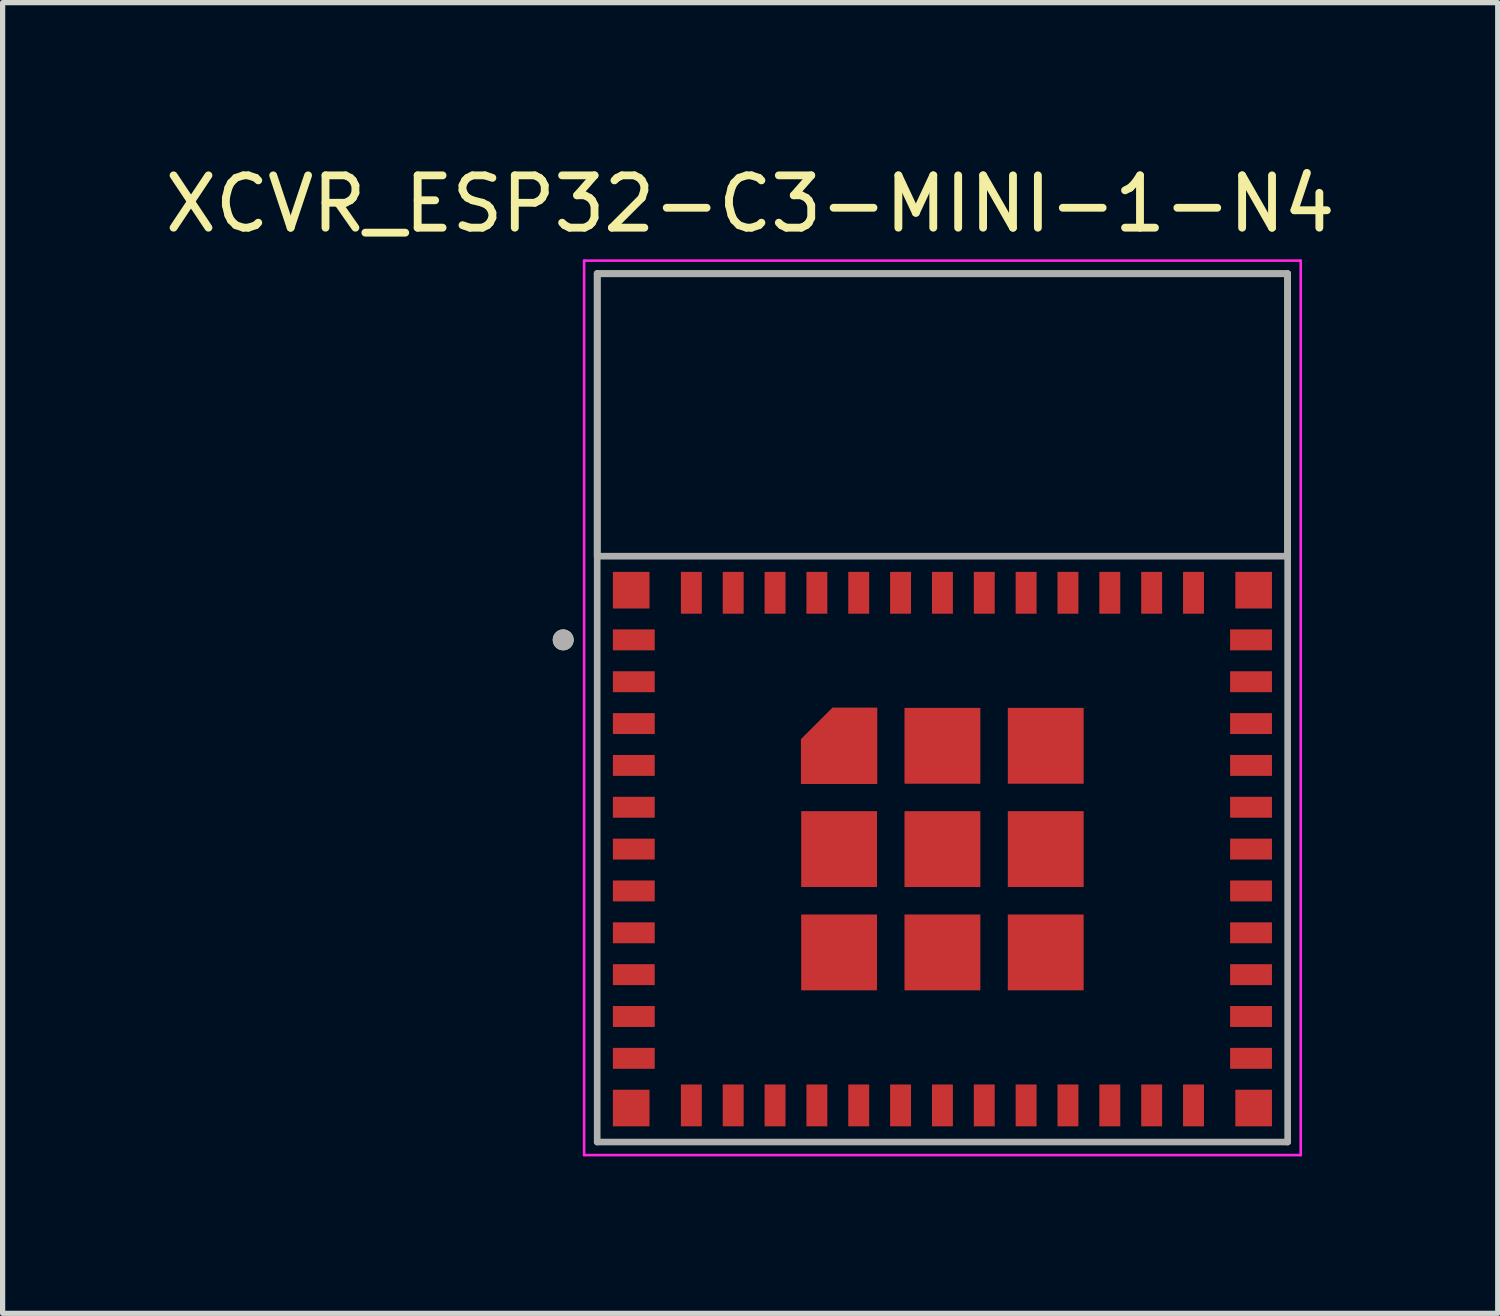
<source format=kicad_pcb>
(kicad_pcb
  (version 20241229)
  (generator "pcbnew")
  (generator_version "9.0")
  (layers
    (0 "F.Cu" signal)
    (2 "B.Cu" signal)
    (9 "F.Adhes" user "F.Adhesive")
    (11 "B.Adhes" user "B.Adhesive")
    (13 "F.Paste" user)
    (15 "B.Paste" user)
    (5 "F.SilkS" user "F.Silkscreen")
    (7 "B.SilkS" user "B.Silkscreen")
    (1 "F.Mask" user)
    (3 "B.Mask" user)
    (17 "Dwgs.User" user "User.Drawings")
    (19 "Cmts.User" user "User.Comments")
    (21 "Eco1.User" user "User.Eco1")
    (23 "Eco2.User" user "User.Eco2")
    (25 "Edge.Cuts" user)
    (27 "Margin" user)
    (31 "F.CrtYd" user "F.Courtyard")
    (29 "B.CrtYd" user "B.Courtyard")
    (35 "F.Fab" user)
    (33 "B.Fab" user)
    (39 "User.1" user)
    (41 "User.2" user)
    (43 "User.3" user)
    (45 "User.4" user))
  (footprint "XCVR_ESP32-C3-MINI-1-N4"
    (layer "F.Cu")
    (at 14.967 10.483)
    (property "Reference" "XCVR_ESP32-C3-MINI-1-N4" (at -3.675 -9.635 0) (layer "F.SilkS") (effects (font (size 1 1) (thickness 0.15))))
    (attr through_hole)
    (fp_poly (pts (xy -1.15 1.55) (xy -2.8 1.55) (xy -2.8 0.56) (xy -2.14 -0.1) (xy -1.15 -0.1)) (stroke (width 0.01) (type solid)) (fill yes) (layer "F.Mask"))
    (fp_line (start -6.6 -8.3) (end 6.6 -8.3) (stroke (width 0.127) (type solid)) (layer "F.SilkS"))
    (fp_line (start -6.6 -2.92) (end -6.6 -8.3) (stroke (width 0.127) (type solid)) (layer "F.SilkS"))
    (fp_line (start 6.6 -8.3) (end 6.6 -2.92) (stroke (width 0.127) (type solid)) (layer "F.SilkS"))
    (fp_circle (center -7.25 -1.3) (end -7.15 -1.3) (stroke (width 0.2) (type solid)) (fill no) (layer "F.SilkS"))
    (fp_poly (pts (xy -1.25 1.45) (xy -2.7 1.45) (xy -2.7 0.6) (xy -2.1 0) (xy -1.25 0)) (stroke (width 0.01) (type solid)) (fill yes) (layer "F.Paste"))
    (fp_line (start -6.85 -8.55) (end -6.85 8.55) (stroke (width 0.05) (type solid)) (layer "F.CrtYd"))
    (fp_line (start -6.85 8.55) (end 6.85 8.55) (stroke (width 0.05) (type solid)) (layer "F.CrtYd"))
    (fp_line (start 6.85 -8.55) (end -6.85 -8.55) (stroke (width 0.05) (type solid)) (layer "F.CrtYd"))
    (fp_line (start 6.85 8.55) (end 6.85 -8.55) (stroke (width 0.05) (type solid)) (layer "F.CrtYd"))
    (fp_line (start -6.6 -8.3) (end 6.6 -8.3) (stroke (width 0.127) (type solid)) (layer "F.Fab"))
    (fp_line (start -6.6 -2.9) (end -6.6 -8.3) (stroke (width 0.127) (type solid)) (layer "F.Fab"))
    (fp_line (start -6.6 -2.9) (end 6.6 -2.9) (stroke (width 0.127) (type solid)) (layer "F.Fab"))
    (fp_line (start -6.6 8.3) (end -6.6 -2.9) (stroke (width 0.127) (type solid)) (layer "F.Fab"))
    (fp_line (start 6.6 -8.3) (end 6.6 -2.9) (stroke (width 0.127) (type solid)) (layer "F.Fab"))
    (fp_line (start 6.6 -2.9) (end 6.6 8.3) (stroke (width 0.127) (type solid)) (layer "F.Fab"))
    (fp_line (start 6.6 8.3) (end -6.6 8.3) (stroke (width 0.127) (type solid)) (layer "F.Fab"))
    (fp_circle (center -7.25 -1.3) (end -7.15 -1.3) (stroke (width 0.2) (type solid)) (fill no) (layer "F.Fab"))
    (pad "1" smd rect (at -5.9 -1.3) (size 0.8 0.4) (layers "F.Cu" "F.Mask" "F.Paste"))
    (pad "2" smd rect (at -5.9 -0.5) (size 0.8 0.4) (layers "F.Cu" "F.Mask" "F.Paste"))
    (pad "3" smd rect (at -5.9 0.3) (size 0.8 0.4) (layers "F.Cu" "F.Mask" "F.Paste"))
    (pad "4" smd rect (at -5.9 1.1) (size 0.8 0.4) (layers "F.Cu" "F.Mask" "F.Paste"))
    (pad "5" smd rect (at -5.9 1.9) (size 0.8 0.4) (layers "F.Cu" "F.Mask" "F.Paste"))
    (pad "6" smd rect (at -5.9 2.7) (size 0.8 0.4) (layers "F.Cu" "F.Mask" "F.Paste"))
    (pad "7" smd rect (at -5.9 3.5) (size 0.8 0.4) (layers "F.Cu" "F.Mask" "F.Paste"))
    (pad "8" smd rect (at -5.9 4.3) (size 0.8 0.4) (layers "F.Cu" "F.Mask" "F.Paste"))
    (pad "9" smd rect (at -5.9 5.1) (size 0.8 0.4) (layers "F.Cu" "F.Mask" "F.Paste"))
    (pad "10" smd rect (at -5.9 5.9) (size 0.8 0.4) (layers "F.Cu" "F.Mask" "F.Paste"))
    (pad "11" smd rect (at -5.9 6.7) (size 0.8 0.4) (layers "F.Cu" "F.Mask" "F.Paste"))
    (pad "12" smd rect (at -4.8 7.6) (size 0.4 0.8) (layers "F.Cu" "F.Mask" "F.Paste"))
    (pad "13" smd rect (at -4 7.6) (size 0.4 0.8) (layers "F.Cu" "F.Mask" "F.Paste"))
    (pad "14" smd rect (at -3.2 7.6) (size 0.4 0.8) (layers "F.Cu" "F.Mask" "F.Paste"))
    (pad "15" smd rect (at -2.4 7.6) (size 0.4 0.8) (layers "F.Cu" "F.Mask" "F.Paste"))
    (pad "16" smd rect (at -1.6 7.6) (size 0.4 0.8) (layers "F.Cu" "F.Mask" "F.Paste"))
    (pad "17" smd rect (at -0.8 7.6) (size 0.4 0.8) (layers "F.Cu" "F.Mask" "F.Paste"))
    (pad "18" smd rect (at 0 7.6) (size 0.4 0.8) (layers "F.Cu" "F.Mask" "F.Paste"))
    (pad "19" smd rect (at 0.8 7.6) (size 0.4 0.8) (layers "F.Cu" "F.Mask" "F.Paste"))
    (pad "20" smd rect (at 1.6 7.6) (size 0.4 0.8) (layers "F.Cu" "F.Mask" "F.Paste"))
    (pad "21" smd rect (at 2.4 7.6) (size 0.4 0.8) (layers "F.Cu" "F.Mask" "F.Paste"))
    (pad "22" smd rect (at 3.2 7.6) (size 0.4 0.8) (layers "F.Cu" "F.Mask" "F.Paste"))
    (pad "23" smd rect (at 4 7.6) (size 0.4 0.8) (layers "F.Cu" "F.Mask" "F.Paste"))
    (pad "24" smd rect (at 4.8 7.6) (size 0.4 0.8) (layers "F.Cu" "F.Mask" "F.Paste"))
    (pad "25" smd rect (at 5.9 6.7) (size 0.8 0.4) (layers "F.Cu" "F.Mask" "F.Paste"))
    (pad "26" smd rect (at 5.9 5.9) (size 0.8 0.4) (layers "F.Cu" "F.Mask" "F.Paste"))
    (pad "27" smd rect (at 5.9 5.1) (size 0.8 0.4) (layers "F.Cu" "F.Mask" "F.Paste"))
    (pad "28" smd rect (at 5.9 4.3) (size 0.8 0.4) (layers "F.Cu" "F.Mask" "F.Paste"))
    (pad "29" smd rect (at 5.9 3.5) (size 0.8 0.4) (layers "F.Cu" "F.Mask" "F.Paste"))
    (pad "30" smd rect (at 5.9 2.7) (size 0.8 0.4) (layers "F.Cu" "F.Mask" "F.Paste"))
    (pad "31" smd rect (at 5.9 1.9) (size 0.8 0.4) (layers "F.Cu" "F.Mask" "F.Paste"))
    (pad "32" smd rect (at 5.9 1.1) (size 0.8 0.4) (layers "F.Cu" "F.Mask" "F.Paste"))
    (pad "33" smd rect (at 5.9 0.3) (size 0.8 0.4) (layers "F.Cu" "F.Mask" "F.Paste"))
    (pad "34" smd rect (at 5.9 -0.5) (size 0.8 0.4) (layers "F.Cu" "F.Mask" "F.Paste"))
    (pad "35" smd rect (at 5.9 -1.3) (size 0.8 0.4) (layers "F.Cu" "F.Mask" "F.Paste"))
    (pad "36" smd rect (at 4.8 -2.2) (size 0.4 0.8) (layers "F.Cu" "F.Mask" "F.Paste"))
    (pad "37" smd rect (at 4 -2.2) (size 0.4 0.8) (layers "F.Cu" "F.Mask" "F.Paste"))
    (pad "38" smd rect (at 3.2 -2.2) (size 0.4 0.8) (layers "F.Cu" "F.Mask" "F.Paste"))
    (pad "39" smd rect (at 2.4 -2.2) (size 0.4 0.8) (layers "F.Cu" "F.Mask" "F.Paste"))
    (pad "40" smd rect (at 1.6 -2.2) (size 0.4 0.8) (layers "F.Cu" "F.Mask" "F.Paste"))
    (pad "41" smd rect (at 0.8 -2.2) (size 0.4 0.8) (layers "F.Cu" "F.Mask" "F.Paste"))
    (pad "42" smd rect (at 0 -2.2) (size 0.4 0.8) (layers "F.Cu" "F.Mask" "F.Paste"))
    (pad "43" smd rect (at -0.8 -2.2) (size 0.4 0.8) (layers "F.Cu" "F.Mask" "F.Paste"))
    (pad "44" smd rect (at -1.6 -2.2) (size 0.4 0.8) (layers "F.Cu" "F.Mask" "F.Paste"))
    (pad "45" smd rect (at -2.4 -2.2) (size 0.4 0.8) (layers "F.Cu" "F.Mask" "F.Paste"))
    (pad "46" smd rect (at -3.2 -2.2) (size 0.4 0.8) (layers "F.Cu" "F.Mask" "F.Paste"))
    (pad "47" smd rect (at -4 -2.2) (size 0.4 0.8) (layers "F.Cu" "F.Mask" "F.Paste"))
    (pad "48" smd rect (at -4.8 -2.2) (size 0.4 0.8) (layers "F.Cu" "F.Mask" "F.Paste"))
    (pad "49_1" smd custom (at -1.975 0.725) (size 0.6 0.6) (layers "F.Cu") (options (anchor rect)) (primitives (gr_poly (pts (xy 0.725 0.725) (xy -0.725 0.725) (xy -0.725 -0.125) (xy -0.125 -0.725) (xy 0.725 -0.725)) (width 0.01) (fill yes))))
    (pad "49_2" smd rect (at 0 0.725) (size 1.45 1.45) (layers "F.Cu" "F.Mask" "F.Paste"))
    (pad "49_3" smd rect (at 1.975 0.725) (size 1.45 1.45) (layers "F.Cu" "F.Mask" "F.Paste"))
    (pad "49_4" smd rect (at 1.975 2.7) (size 1.45 1.45) (layers "F.Cu" "F.Mask" "F.Paste"))
    (pad "49_5" smd rect (at 1.975 4.675) (size 1.45 1.45) (layers "F.Cu" "F.Mask" "F.Paste"))
    (pad "49_6" smd rect (at 0 4.675) (size 1.45 1.45) (layers "F.Cu" "F.Mask" "F.Paste"))
    (pad "49_7" smd rect (at -1.975 4.675) (size 1.45 1.45) (layers "F.Cu" "F.Mask" "F.Paste"))
    (pad "49_8" smd rect (at -1.975 2.7) (size 1.45 1.45) (layers "F.Cu" "F.Mask" "F.Paste"))
    (pad "49_9" smd rect (at 0 2.7) (size 1.45 1.45) (layers "F.Cu" "F.Mask" "F.Paste"))
    (pad "50" smd rect (at 5.95 -2.25) (size 0.7 0.7) (layers "F.Cu" "F.Mask" "F.Paste"))
    (pad "51" smd rect (at 5.95 7.65) (size 0.7 0.7) (layers "F.Cu" "F.Mask" "F.Paste"))
    (pad "52" smd rect (at -5.95 7.65) (size 0.7 0.7) (layers "F.Cu" "F.Mask" "F.Paste"))
    (pad "53" smd rect (at -5.95 -2.25) (size 0.7 0.7) (layers "F.Cu" "F.Mask" "F.Paste"))
    (zone (net_name "") (layer "F.Cu") (hatch full 0.508) (connect_pads) (min_thickness 0.01) (filled_areas_thickness no) (keepout (tracks not_allowed) (vias not_allowed) (pads not_allowed) (copperpour not_allowed) (footprints allowed)) (placement (enabled no)) (fill) (polygon (pts (xy 8.367 2.183) (xy 21.567 2.183) (xy 21.567 7.583) (xy 8.367 7.583))))
    (zone (net_name "") (layers "F.Cu" "B.Cu") (hatch full 0.508) (connect_pads) (min_thickness 0.01) (filled_areas_thickness no) (keepout (tracks allowed) (vias not_allowed) (pads allowed) (copperpour allowed) (footprints allowed)) (placement (enabled no)) (fill) (polygon (pts (xy 8.367 2.183) (xy 21.567 2.183) (xy 21.567 7.583) (xy 8.367 7.583))))
    (zone (net_name "") (layer "B.Cu") (hatch full 0.508) (connect_pads) (min_thickness 0.01) (filled_areas_thickness no) (keepout (tracks not_allowed) (vias not_allowed) (pads not_allowed) (copperpour not_allowed) (footprints allowed)) (placement (enabled no)) (fill) (polygon (pts (xy 8.367 2.183) (xy 21.567 2.183) (xy 21.567 7.583) (xy 8.367 7.583)))))
  (gr_rect
    (start -3 -3)
    (end 25.583 22.058)
    (stroke (width 0.1) (type default))
    (fill no)
    (layer "Edge.Cuts")))
</source>
